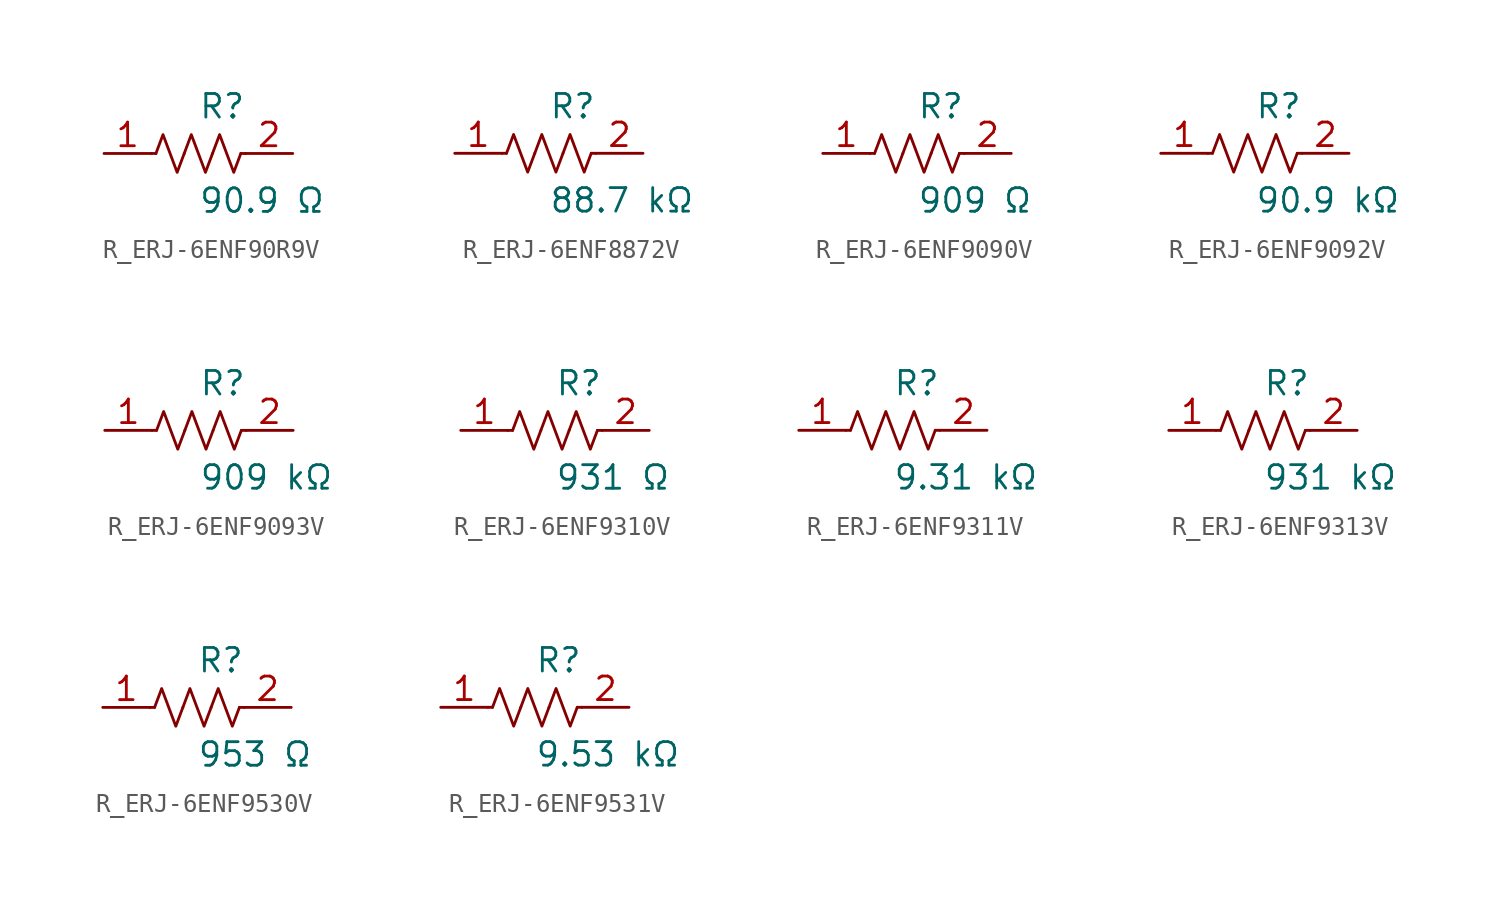
<source format=kicad_sym>
(kicad_symbol_lib
  (version 20231120)
  (generator kicad_symbol_editor)
  (generator_version 8.0)
  (symbol "R_ERJ-6ENF90R9V"
    (pin_names
      (offset 0.254))
    (property "Reference" "R"
      (at 0.0 2.54 0)
      (effects (font (size 1.27 1.27)) (justify left)))
    (property "Value" "90.9 Ω"
      (at 0.0 -2.54 0)
      (effects (font (size 1.27 1.27)) (justify left)))
    (symbol "R_ERJ-6ENF90R9V_0_1"
      (polyline (pts (xy 2.286 0) (xy 2.54 0)) (stroke (width 0) (type default)) (fill (type none)))
      (polyline (pts (xy -2.286 0) (xy -2.54 0)) (stroke (width 0) (type default)) (fill (type none)))
      (polyline (pts (xy 0.762 0) (xy 1.143 1.016) (xy 1.524 0) (xy 1.905 -1.016) (xy 2.286 0)) (stroke (width 0) (type default)) (fill (type none)))
      (polyline (pts (xy -0.762 0) (xy -0.381 1.016) (xy 0 0) (xy 0.381 -1.016) (xy 0.762 0)) (stroke (width 0) (type default)) (fill (type none)))
      (polyline (pts (xy -2.286 0) (xy -1.905 1.016) (xy -1.524 0) (xy -1.143 -1.016) (xy -0.762 0)) (stroke (width 0) (type default)) (fill (type none))))
    (pin unspecified line
      (at -5.08 0 0)
      (length 2.54)
      (name "" (effects (font (size 1.27 1.27))))
      (number "1" (effects (font (size 1.27 1.27)))))
    (pin unspecified line
      (at 5.08 0 180)
      (length 2.54)
      (name "" (effects (font (size 1.27 1.27))))
      (number "2" (effects (font (size 1.27 1.27))))))
  (symbol "R_ERJ-6ENF8872V"
    (pin_names
      (offset 0.254))
    (property "Reference" "R"
      (at 0.0 2.54 0)
      (effects (font (size 1.27 1.27)) (justify left)))
    (property "Value" "88.7 kΩ"
      (at 0.0 -2.54 0)
      (effects (font (size 1.27 1.27)) (justify left)))
    (symbol "R_ERJ-6ENF8872V_0_1"
      (polyline (pts (xy 2.286 0) (xy 2.54 0)) (stroke (width 0) (type default)) (fill (type none)))
      (polyline (pts (xy -2.286 0) (xy -2.54 0)) (stroke (width 0) (type default)) (fill (type none)))
      (polyline (pts (xy 0.762 0) (xy 1.143 1.016) (xy 1.524 0) (xy 1.905 -1.016) (xy 2.286 0)) (stroke (width 0) (type default)) (fill (type none)))
      (polyline (pts (xy -0.762 0) (xy -0.381 1.016) (xy 0 0) (xy 0.381 -1.016) (xy 0.762 0)) (stroke (width 0) (type default)) (fill (type none)))
      (polyline (pts (xy -2.286 0) (xy -1.905 1.016) (xy -1.524 0) (xy -1.143 -1.016) (xy -0.762 0)) (stroke (width 0) (type default)) (fill (type none))))
    (pin unspecified line
      (at -5.08 0 0)
      (length 2.54)
      (name "" (effects (font (size 1.27 1.27))))
      (number "1" (effects (font (size 1.27 1.27)))))
    (pin unspecified line
      (at 5.08 0 180)
      (length 2.54)
      (name "" (effects (font (size 1.27 1.27))))
      (number "2" (effects (font (size 1.27 1.27))))))
  (symbol "R_ERJ-6ENF9090V"
    (pin_names
      (offset 0.254))
    (property "Reference" "R"
      (at 0.0 2.54 0)
      (effects (font (size 1.27 1.27)) (justify left)))
    (property "Value" "909 Ω"
      (at 0.0 -2.54 0)
      (effects (font (size 1.27 1.27)) (justify left)))
    (symbol "R_ERJ-6ENF9090V_0_1"
      (polyline (pts (xy 2.286 0) (xy 2.54 0)) (stroke (width 0) (type default)) (fill (type none)))
      (polyline (pts (xy -2.286 0) (xy -2.54 0)) (stroke (width 0) (type default)) (fill (type none)))
      (polyline (pts (xy 0.762 0) (xy 1.143 1.016) (xy 1.524 0) (xy 1.905 -1.016) (xy 2.286 0)) (stroke (width 0) (type default)) (fill (type none)))
      (polyline (pts (xy -0.762 0) (xy -0.381 1.016) (xy 0 0) (xy 0.381 -1.016) (xy 0.762 0)) (stroke (width 0) (type default)) (fill (type none)))
      (polyline (pts (xy -2.286 0) (xy -1.905 1.016) (xy -1.524 0) (xy -1.143 -1.016) (xy -0.762 0)) (stroke (width 0) (type default)) (fill (type none))))
    (pin unspecified line
      (at -5.08 0 0)
      (length 2.54)
      (name "" (effects (font (size 1.27 1.27))))
      (number "1" (effects (font (size 1.27 1.27)))))
    (pin unspecified line
      (at 5.08 0 180)
      (length 2.54)
      (name "" (effects (font (size 1.27 1.27))))
      (number "2" (effects (font (size 1.27 1.27))))))
  (symbol "R_ERJ-6ENF9092V"
    (pin_names
      (offset 0.254))
    (property "Reference" "R"
      (at 0.0 2.54 0)
      (effects (font (size 1.27 1.27)) (justify left)))
    (property "Value" "90.9 kΩ"
      (at 0.0 -2.54 0)
      (effects (font (size 1.27 1.27)) (justify left)))
    (symbol "R_ERJ-6ENF9092V_0_1"
      (polyline (pts (xy 2.286 0) (xy 2.54 0)) (stroke (width 0) (type default)) (fill (type none)))
      (polyline (pts (xy -2.286 0) (xy -2.54 0)) (stroke (width 0) (type default)) (fill (type none)))
      (polyline (pts (xy 0.762 0) (xy 1.143 1.016) (xy 1.524 0) (xy 1.905 -1.016) (xy 2.286 0)) (stroke (width 0) (type default)) (fill (type none)))
      (polyline (pts (xy -0.762 0) (xy -0.381 1.016) (xy 0 0) (xy 0.381 -1.016) (xy 0.762 0)) (stroke (width 0) (type default)) (fill (type none)))
      (polyline (pts (xy -2.286 0) (xy -1.905 1.016) (xy -1.524 0) (xy -1.143 -1.016) (xy -0.762 0)) (stroke (width 0) (type default)) (fill (type none))))
    (pin unspecified line
      (at -5.08 0 0)
      (length 2.54)
      (name "" (effects (font (size 1.27 1.27))))
      (number "1" (effects (font (size 1.27 1.27)))))
    (pin unspecified line
      (at 5.08 0 180)
      (length 2.54)
      (name "" (effects (font (size 1.27 1.27))))
      (number "2" (effects (font (size 1.27 1.27))))))
  (symbol "R_ERJ-6ENF9093V"
    (pin_names
      (offset 0.254))
    (property "Reference" "R"
      (at 0.0 2.54 0)
      (effects (font (size 1.27 1.27)) (justify left)))
    (property "Value" "909 kΩ"
      (at 0.0 -2.54 0)
      (effects (font (size 1.27 1.27)) (justify left)))
    (symbol "R_ERJ-6ENF9093V_0_1"
      (polyline (pts (xy 2.286 0) (xy 2.54 0)) (stroke (width 0) (type default)) (fill (type none)))
      (polyline (pts (xy -2.286 0) (xy -2.54 0)) (stroke (width 0) (type default)) (fill (type none)))
      (polyline (pts (xy 0.762 0) (xy 1.143 1.016) (xy 1.524 0) (xy 1.905 -1.016) (xy 2.286 0)) (stroke (width 0) (type default)) (fill (type none)))
      (polyline (pts (xy -0.762 0) (xy -0.381 1.016) (xy 0 0) (xy 0.381 -1.016) (xy 0.762 0)) (stroke (width 0) (type default)) (fill (type none)))
      (polyline (pts (xy -2.286 0) (xy -1.905 1.016) (xy -1.524 0) (xy -1.143 -1.016) (xy -0.762 0)) (stroke (width 0) (type default)) (fill (type none))))
    (pin unspecified line
      (at -5.08 0 0)
      (length 2.54)
      (name "" (effects (font (size 1.27 1.27))))
      (number "1" (effects (font (size 1.27 1.27)))))
    (pin unspecified line
      (at 5.08 0 180)
      (length 2.54)
      (name "" (effects (font (size 1.27 1.27))))
      (number "2" (effects (font (size 1.27 1.27))))))
  (symbol "R_ERJ-6ENF9310V"
    (pin_names
      (offset 0.254))
    (property "Reference" "R"
      (at 0.0 2.54 0)
      (effects (font (size 1.27 1.27)) (justify left)))
    (property "Value" "931 Ω"
      (at 0.0 -2.54 0)
      (effects (font (size 1.27 1.27)) (justify left)))
    (symbol "R_ERJ-6ENF9310V_0_1"
      (polyline (pts (xy 2.286 0) (xy 2.54 0)) (stroke (width 0) (type default)) (fill (type none)))
      (polyline (pts (xy -2.286 0) (xy -2.54 0)) (stroke (width 0) (type default)) (fill (type none)))
      (polyline (pts (xy 0.762 0) (xy 1.143 1.016) (xy 1.524 0) (xy 1.905 -1.016) (xy 2.286 0)) (stroke (width 0) (type default)) (fill (type none)))
      (polyline (pts (xy -0.762 0) (xy -0.381 1.016) (xy 0 0) (xy 0.381 -1.016) (xy 0.762 0)) (stroke (width 0) (type default)) (fill (type none)))
      (polyline (pts (xy -2.286 0) (xy -1.905 1.016) (xy -1.524 0) (xy -1.143 -1.016) (xy -0.762 0)) (stroke (width 0) (type default)) (fill (type none))))
    (pin unspecified line
      (at -5.08 0 0)
      (length 2.54)
      (name "" (effects (font (size 1.27 1.27))))
      (number "1" (effects (font (size 1.27 1.27)))))
    (pin unspecified line
      (at 5.08 0 180)
      (length 2.54)
      (name "" (effects (font (size 1.27 1.27))))
      (number "2" (effects (font (size 1.27 1.27))))))
  (symbol "R_ERJ-6ENF9311V"
    (pin_names
      (offset 0.254))
    (property "Reference" "R"
      (at 0.0 2.54 0)
      (effects (font (size 1.27 1.27)) (justify left)))
    (property "Value" "9.31 kΩ"
      (at 0.0 -2.54 0)
      (effects (font (size 1.27 1.27)) (justify left)))
    (symbol "R_ERJ-6ENF9311V_0_1"
      (polyline (pts (xy 2.286 0) (xy 2.54 0)) (stroke (width 0) (type default)) (fill (type none)))
      (polyline (pts (xy -2.286 0) (xy -2.54 0)) (stroke (width 0) (type default)) (fill (type none)))
      (polyline (pts (xy 0.762 0) (xy 1.143 1.016) (xy 1.524 0) (xy 1.905 -1.016) (xy 2.286 0)) (stroke (width 0) (type default)) (fill (type none)))
      (polyline (pts (xy -0.762 0) (xy -0.381 1.016) (xy 0 0) (xy 0.381 -1.016) (xy 0.762 0)) (stroke (width 0) (type default)) (fill (type none)))
      (polyline (pts (xy -2.286 0) (xy -1.905 1.016) (xy -1.524 0) (xy -1.143 -1.016) (xy -0.762 0)) (stroke (width 0) (type default)) (fill (type none))))
    (pin unspecified line
      (at -5.08 0 0)
      (length 2.54)
      (name "" (effects (font (size 1.27 1.27))))
      (number "1" (effects (font (size 1.27 1.27)))))
    (pin unspecified line
      (at 5.08 0 180)
      (length 2.54)
      (name "" (effects (font (size 1.27 1.27))))
      (number "2" (effects (font (size 1.27 1.27))))))
  (symbol "R_ERJ-6ENF9313V"
    (pin_names
      (offset 0.254))
    (property "Reference" "R"
      (at 0.0 2.54 0)
      (effects (font (size 1.27 1.27)) (justify left)))
    (property "Value" "931 kΩ"
      (at 0.0 -2.54 0)
      (effects (font (size 1.27 1.27)) (justify left)))
    (symbol "R_ERJ-6ENF9313V_0_1"
      (polyline (pts (xy 2.286 0) (xy 2.54 0)) (stroke (width 0) (type default)) (fill (type none)))
      (polyline (pts (xy -2.286 0) (xy -2.54 0)) (stroke (width 0) (type default)) (fill (type none)))
      (polyline (pts (xy 0.762 0) (xy 1.143 1.016) (xy 1.524 0) (xy 1.905 -1.016) (xy 2.286 0)) (stroke (width 0) (type default)) (fill (type none)))
      (polyline (pts (xy -0.762 0) (xy -0.381 1.016) (xy 0 0) (xy 0.381 -1.016) (xy 0.762 0)) (stroke (width 0) (type default)) (fill (type none)))
      (polyline (pts (xy -2.286 0) (xy -1.905 1.016) (xy -1.524 0) (xy -1.143 -1.016) (xy -0.762 0)) (stroke (width 0) (type default)) (fill (type none))))
    (pin unspecified line
      (at -5.08 0 0)
      (length 2.54)
      (name "" (effects (font (size 1.27 1.27))))
      (number "1" (effects (font (size 1.27 1.27)))))
    (pin unspecified line
      (at 5.08 0 180)
      (length 2.54)
      (name "" (effects (font (size 1.27 1.27))))
      (number "2" (effects (font (size 1.27 1.27))))))
  (symbol "R_ERJ-6ENF9530V"
    (pin_names
      (offset 0.254))
    (property "Reference" "R"
      (at 0.0 2.54 0)
      (effects (font (size 1.27 1.27)) (justify left)))
    (property "Value" "953 Ω"
      (at 0.0 -2.54 0)
      (effects (font (size 1.27 1.27)) (justify left)))
    (symbol "R_ERJ-6ENF9530V_0_1"
      (polyline (pts (xy 2.286 0) (xy 2.54 0)) (stroke (width 0) (type default)) (fill (type none)))
      (polyline (pts (xy -2.286 0) (xy -2.54 0)) (stroke (width 0) (type default)) (fill (type none)))
      (polyline (pts (xy 0.762 0) (xy 1.143 1.016) (xy 1.524 0) (xy 1.905 -1.016) (xy 2.286 0)) (stroke (width 0) (type default)) (fill (type none)))
      (polyline (pts (xy -0.762 0) (xy -0.381 1.016) (xy 0 0) (xy 0.381 -1.016) (xy 0.762 0)) (stroke (width 0) (type default)) (fill (type none)))
      (polyline (pts (xy -2.286 0) (xy -1.905 1.016) (xy -1.524 0) (xy -1.143 -1.016) (xy -0.762 0)) (stroke (width 0) (type default)) (fill (type none))))
    (pin unspecified line
      (at -5.08 0 0)
      (length 2.54)
      (name "" (effects (font (size 1.27 1.27))))
      (number "1" (effects (font (size 1.27 1.27)))))
    (pin unspecified line
      (at 5.08 0 180)
      (length 2.54)
      (name "" (effects (font (size 1.27 1.27))))
      (number "2" (effects (font (size 1.27 1.27))))))
  (symbol "R_ERJ-6ENF9531V"
    (pin_names
      (offset 0.254))
    (property "Reference" "R"
      (at 0.0 2.54 0)
      (effects (font (size 1.27 1.27)) (justify left)))
    (property "Value" "9.53 kΩ"
      (at 0.0 -2.54 0)
      (effects (font (size 1.27 1.27)) (justify left)))
    (symbol "R_ERJ-6ENF9531V_0_1"
      (polyline (pts (xy 2.286 0) (xy 2.54 0)) (stroke (width 0) (type default)) (fill (type none)))
      (polyline (pts (xy -2.286 0) (xy -2.54 0)) (stroke (width 0) (type default)) (fill (type none)))
      (polyline (pts (xy 0.762 0) (xy 1.143 1.016) (xy 1.524 0) (xy 1.905 -1.016) (xy 2.286 0)) (stroke (width 0) (type default)) (fill (type none)))
      (polyline (pts (xy -0.762 0) (xy -0.381 1.016) (xy 0 0) (xy 0.381 -1.016) (xy 0.762 0)) (stroke (width 0) (type default)) (fill (type none)))
      (polyline (pts (xy -2.286 0) (xy -1.905 1.016) (xy -1.524 0) (xy -1.143 -1.016) (xy -0.762 0)) (stroke (width 0) (type default)) (fill (type none))))
    (pin unspecified line
      (at -5.08 0 0)
      (length 2.54)
      (name "" (effects (font (size 1.27 1.27))))
      (number "1" (effects (font (size 1.27 1.27)))))
    (pin unspecified line
      (at 5.08 0 180)
      (length 2.54)
      (name "" (effects (font (size 1.27 1.27))))
      (number "2" (effects (font (size 1.27 1.27)))))))
</source>
